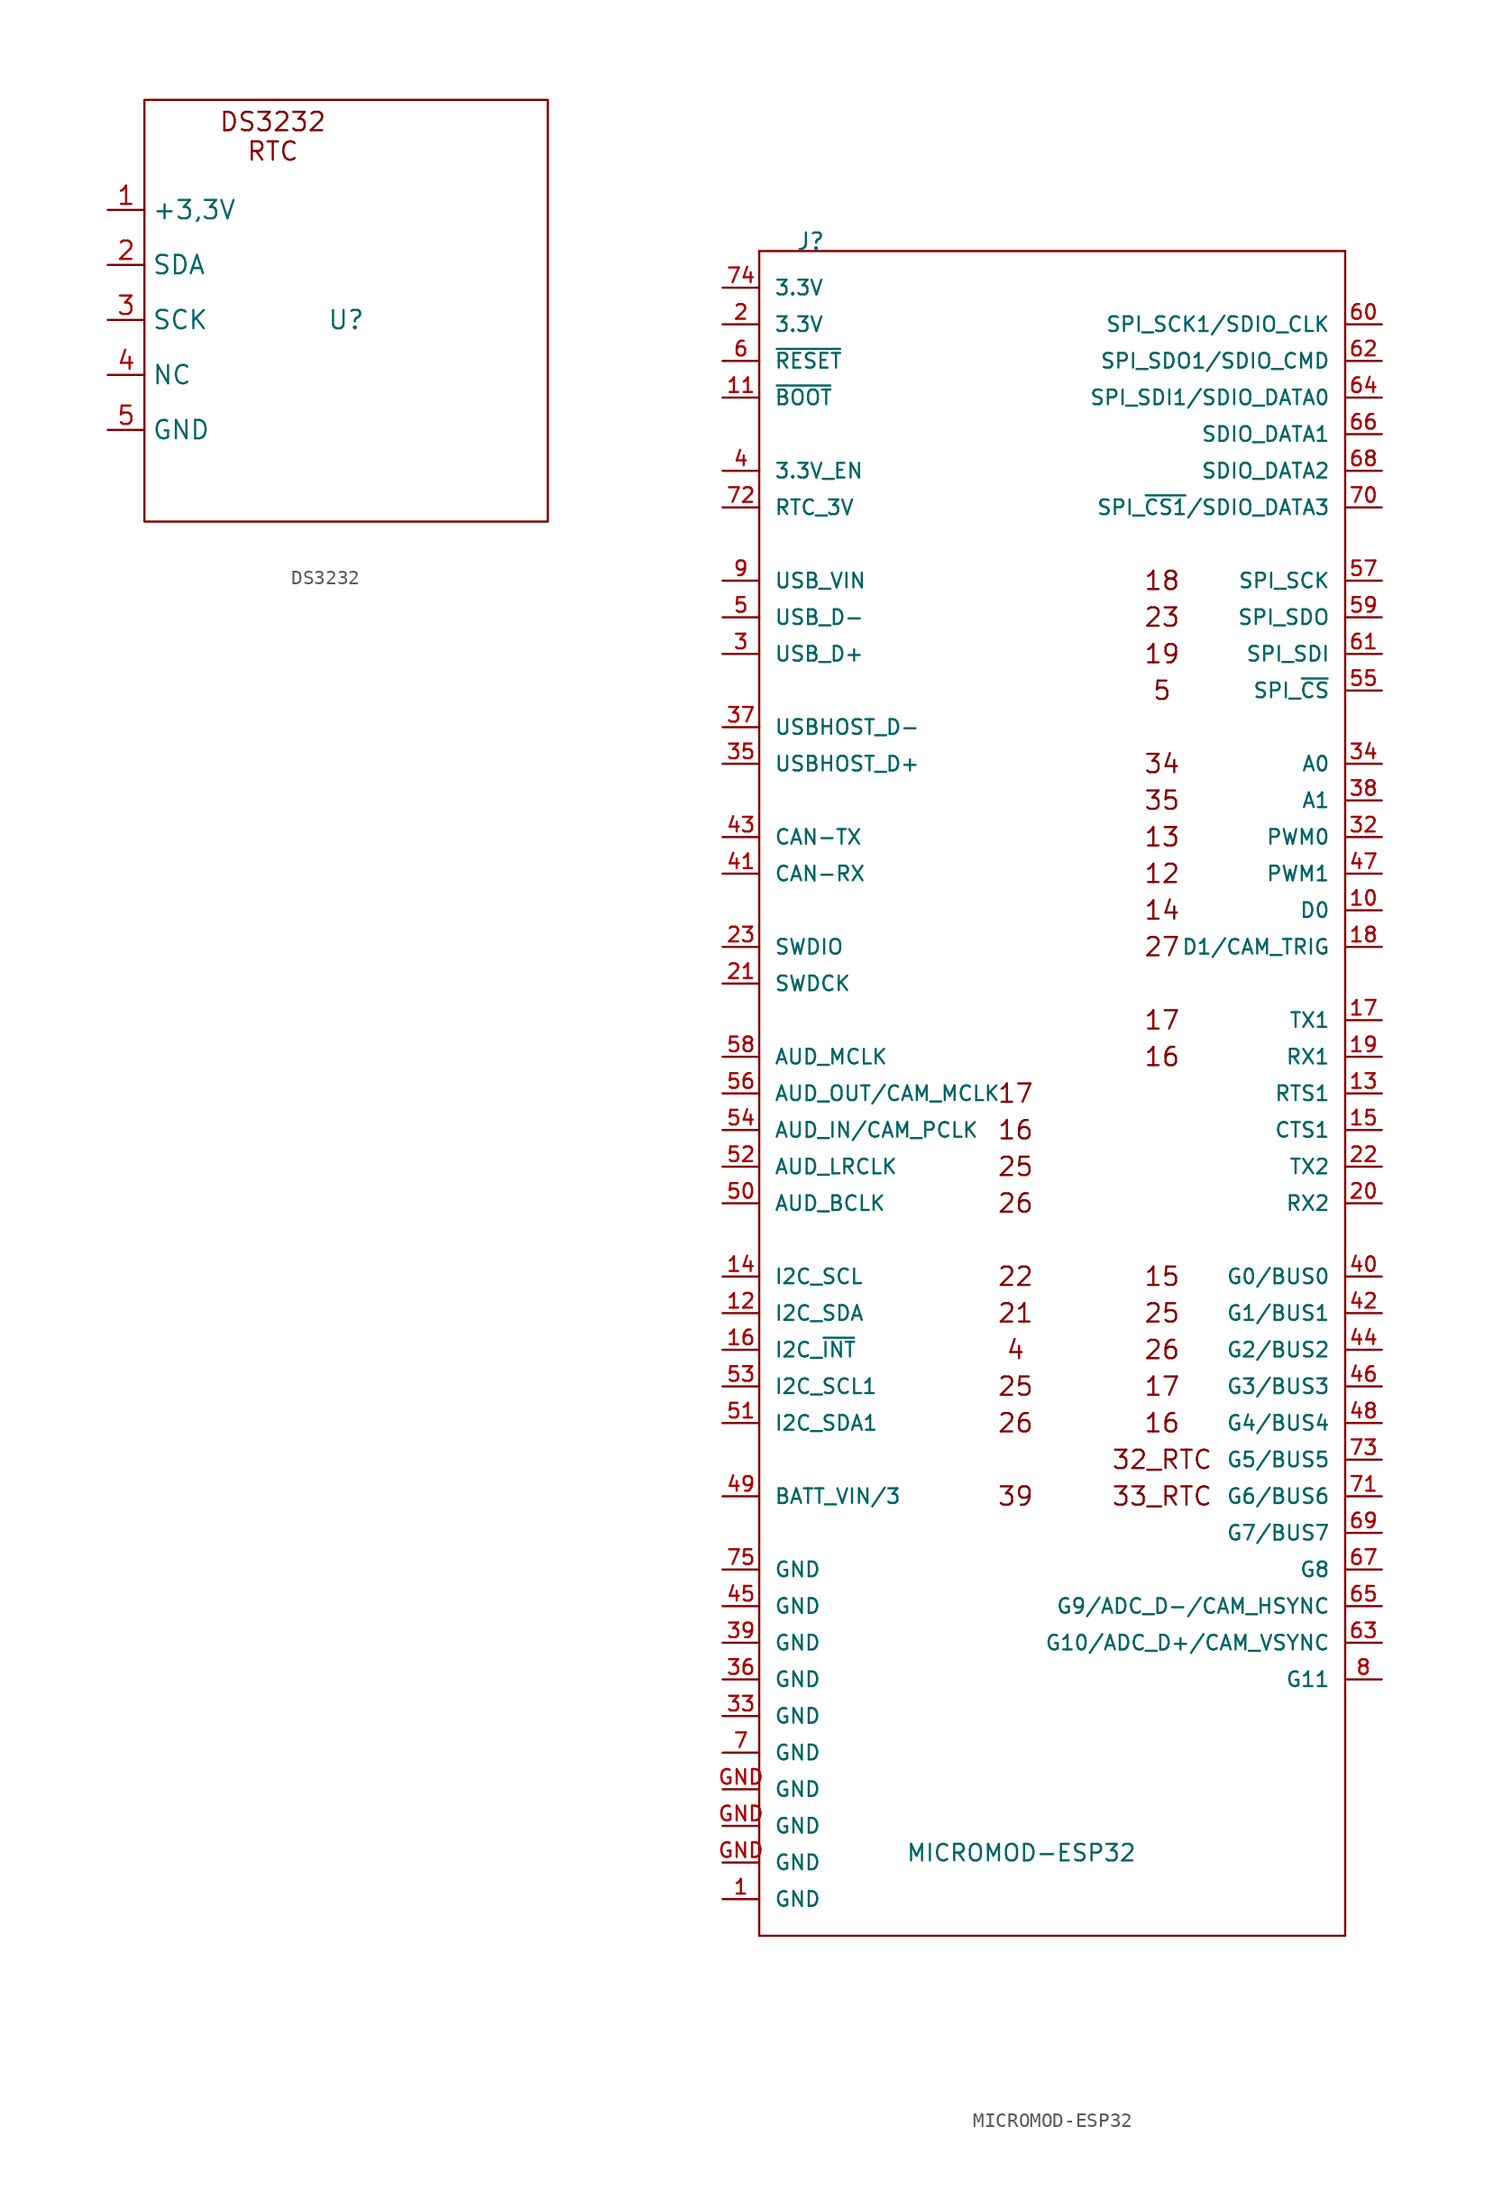
<source format=kicad_sym>
(kicad_symbol_lib
  (version 20220914)
  (generator kicad_symbol_editor)
  (symbol "DS3232"
    (property "Reference" "U"
      (at 0 0 0)
      (effects (font (size 1.27 1.27))))
    (property "Value" ""
      (at 0 0 0)
      (effects (font (size 1.27 1.27))))
    (symbol "DS3232_0_1"
      (rectangle (start -13.97 15.24) (end 13.97 -13.97) (stroke (width 0) (type default)) (fill (type none))))
    (symbol "DS3232_1_1"
      (text "DS3232\nRTC" (at -5.08 12.7 0) (effects (font (size 1.27 1.27))))
      (pin passive line (at -16.51 7.62 0) (length 2.54) (name "+3,3V" (effects (font (size 1.27 1.27)))) (number "1" (effects (font (size 1.27 1.27)))))
      (pin passive line (at -16.51 3.81 0) (length 2.54) (name "SDA" (effects (font (size 1.27 1.27)))) (number "2" (effects (font (size 1.27 1.27)))))
      (pin passive line (at -16.51 0 0) (length 2.54) (name "SCK" (effects (font (size 1.27 1.27)))) (number "3" (effects (font (size 1.27 1.27)))))
      (pin passive line (at -16.51 -3.81 0) (length 2.54) (name "NC" (effects (font (size 1.27 1.27)))) (number "4" (effects (font (size 1.27 1.27)))))
      (pin passive line (at -16.51 -7.62 0) (length 2.54) (name "GND" (effects (font (size 1.27 1.27)))) (number "5" (effects (font (size 1.27 1.27)))))))
  (symbol "MICROMOD-ESP32"
    (pin_names
      (offset 1.016))
    (property "Reference" "J"
      (at -17.78 55.88 0)
      (effects (font (size 1.143 1.143)) (justify left bottom)))
    (property "Value" "MICROMOD-ESP32"
      (at -10.16 -55.88 0)
      (effects (font (size 1.143 1.143)) (justify left bottom)))
    (property "ki_locked" ""
      (at 0 0 0)
      (effects (font (size 1.27 1.27))))
    (symbol "MICROMOD-ESP32_0_0"
      (text "12" (at 7.62 12.7 0) (effects (font (size 1.27 1.27))))
      (text "13" (at 7.62 15.24 0) (effects (font (size 1.27 1.27))))
      (text "14" (at 7.62 10.16 0) (effects (font (size 1.27 1.27))))
      (text "15" (at 7.62 -15.24 0) (effects (font (size 1.27 1.27))))
      (text "16" (at -2.54 -5.08 0) (effects (font (size 1.27 1.27))))
      (text "16" (at 7.62 -25.4 0) (effects (font (size 1.27 1.27))))
      (text "16" (at 7.62 0 0) (effects (font (size 1.27 1.27))))
      (text "17" (at -2.54 -2.54 0) (effects (font (size 1.27 1.27))))
      (text "17" (at 7.62 -22.86 0) (effects (font (size 1.27 1.27))))
      (text "17" (at 7.62 2.54 0) (effects (font (size 1.27 1.27))))
      (text "18" (at 7.62 33.02 0) (effects (font (size 1.27 1.27))))
      (text "19" (at 7.62 27.94 0) (effects (font (size 1.27 1.27))))
      (text "21" (at -2.54 -17.78 0) (effects (font (size 1.27 1.27))))
      (text "22" (at -2.54 -15.24 0) (effects (font (size 1.27 1.27))))
      (text "23" (at 7.62 30.48 0) (effects (font (size 1.27 1.27))))
      (text "25" (at -2.54 -22.86 0) (effects (font (size 1.27 1.27))))
      (text "25" (at -2.54 -7.62 0) (effects (font (size 1.27 1.27))))
      (text "25" (at 7.62 -17.78 0) (effects (font (size 1.27 1.27))))
      (text "26" (at -2.54 -25.4 0) (effects (font (size 1.27 1.27))))
      (text "26" (at -2.54 -10.16 0) (effects (font (size 1.27 1.27))))
      (text "26" (at 7.62 -20.32 0) (effects (font (size 1.27 1.27))))
      (text "27" (at 7.62 7.62 0) (effects (font (size 1.27 1.27))))
      (text "32_RTC" (at 7.62 -27.94 0) (effects (font (size 1.27 1.27))))
      (text "33_RTC" (at 7.62 -30.48 0) (effects (font (size 1.27 1.27))))
      (text "34" (at 7.62 20.32 0) (effects (font (size 1.27 1.27))))
      (text "35" (at 7.62 17.78 0) (effects (font (size 1.27 1.27))))
      (text "39" (at -2.54 -30.48 0) (effects (font (size 1.27 1.27))))
      (text "4" (at -2.54 -20.32 0) (effects (font (size 1.27 1.27))))
      (text "5" (at 7.62 25.4 0) (effects (font (size 1.27 1.27)))))
    (symbol "MICROMOD-ESP32_1_0"
      (polyline (pts (xy -20.32 -60.96) (xy -20.32 55.88)) (stroke (width 0) (type default)) (fill (type none)))
      (polyline (pts (xy -20.32 55.88) (xy 20.32 55.88)) (stroke (width 0) (type default)) (fill (type none)))
      (polyline (pts (xy 20.32 -60.96) (xy -20.32 -60.96)) (stroke (width 0) (type default)) (fill (type none)))
      (polyline (pts (xy 20.32 55.88) (xy 20.32 -60.96)) (stroke (width 0) (type default)) (fill (type none))))
    (symbol "MICROMOD-ESP32_1_1"
      (pin bidirectional line (at -22.86 -58.42 0) (length 2.54) (name "GND" (effects (font (size 1.016 1.016)))) (number "1" (effects (font (size 1.016 1.016)))))
      (pin bidirectional line (at 22.86 10.16 180) (length 2.54) (name "D0" (effects (font (size 1.016 1.016)))) (number "10" (effects (font (size 1.016 1.016)))))
      (pin bidirectional line (at -22.86 45.72 0) (length 2.54) (name "~{BOOT}" (effects (font (size 1.016 1.016)))) (number "11" (effects (font (size 1.016 1.016)))))
      (pin bidirectional line (at -22.86 -17.78 0) (length 2.54) (name "I2C_SDA" (effects (font (size 1.016 1.016)))) (number "12" (effects (font (size 1.016 1.016)))))
      (pin bidirectional line (at 22.86 -2.54 180) (length 2.54) (name "RTS1" (effects (font (size 1.016 1.016)))) (number "13" (effects (font (size 1.016 1.016)))))
      (pin bidirectional line (at -22.86 -15.24 0) (length 2.54) (name "I2C_SCL" (effects (font (size 1.016 1.016)))) (number "14" (effects (font (size 1.016 1.016)))))
      (pin bidirectional line (at 22.86 -5.08 180) (length 2.54) (name "CTS1" (effects (font (size 1.016 1.016)))) (number "15" (effects (font (size 1.016 1.016)))))
      (pin bidirectional line (at -22.86 -20.32 0) (length 2.54) (name "I2C_~{INT}" (effects (font (size 1.016 1.016)))) (number "16" (effects (font (size 1.016 1.016)))))
      (pin bidirectional line (at 22.86 2.54 180) (length 2.54) (name "TX1" (effects (font (size 1.016 1.016)))) (number "17" (effects (font (size 1.016 1.016)))))
      (pin bidirectional line (at 22.86 7.62 180) (length 2.54) (name "D1/CAM_TRIG" (effects (font (size 1.016 1.016)))) (number "18" (effects (font (size 1.016 1.016)))))
      (pin bidirectional line (at 22.86 0 180) (length 2.54) (name "RX1" (effects (font (size 1.016 1.016)))) (number "19" (effects (font (size 1.016 1.016)))))
      (pin bidirectional line (at -22.86 50.8 0) (length 2.54) (name "3.3V" (effects (font (size 1.016 1.016)))) (number "2" (effects (font (size 1.016 1.016)))))
      (pin bidirectional line (at 22.86 -10.16 180) (length 2.54) (name "RX2" (effects (font (size 1.016 1.016)))) (number "20" (effects (font (size 1.016 1.016)))))
      (pin bidirectional line (at -22.86 5.08 0) (length 2.54) (name "SWDCK" (effects (font (size 1.016 1.016)))) (number "21" (effects (font (size 1.016 1.016)))))
      (pin bidirectional line (at 22.86 -7.62 180) (length 2.54) (name "TX2" (effects (font (size 1.016 1.016)))) (number "22" (effects (font (size 1.016 1.016)))))
      (pin bidirectional line (at -22.86 7.62 0) (length 2.54) (name "SWDIO" (effects (font (size 1.016 1.016)))) (number "23" (effects (font (size 1.016 1.016)))))
      (pin bidirectional line (at -22.86 27.94 0) (length 2.54) (name "USB_D+" (effects (font (size 1.016 1.016)))) (number "3" (effects (font (size 1.016 1.016)))))
      (pin bidirectional line (at 22.86 15.24 180) (length 2.54) (name "PWM0" (effects (font (size 1.016 1.016)))) (number "32" (effects (font (size 1.016 1.016)))))
      (pin bidirectional line (at -22.86 -45.72 0) (length 2.54) (name "GND" (effects (font (size 1.016 1.016)))) (number "33" (effects (font (size 1.016 1.016)))))
      (pin bidirectional line (at 22.86 20.32 180) (length 2.54) (name "A0" (effects (font (size 1.016 1.016)))) (number "34" (effects (font (size 1.016 1.016)))))
      (pin bidirectional line (at -22.86 20.32 0) (length 2.54) (name "USBHOST_D+" (effects (font (size 1.016 1.016)))) (number "35" (effects (font (size 1.016 1.016)))))
      (pin bidirectional line (at -22.86 -43.18 0) (length 2.54) (name "GND" (effects (font (size 1.016 1.016)))) (number "36" (effects (font (size 1.016 1.016)))))
      (pin bidirectional line (at -22.86 22.86 0) (length 2.54) (name "USBHOST_D-" (effects (font (size 1.016 1.016)))) (number "37" (effects (font (size 1.016 1.016)))))
      (pin bidirectional line (at 22.86 17.78 180) (length 2.54) (name "A1" (effects (font (size 1.016 1.016)))) (number "38" (effects (font (size 1.016 1.016)))))
      (pin bidirectional line (at -22.86 -40.64 0) (length 2.54) (name "GND" (effects (font (size 1.016 1.016)))) (number "39" (effects (font (size 1.016 1.016)))))
      (pin bidirectional line (at -22.86 40.64 0) (length 2.54) (name "3.3V_EN" (effects (font (size 1.016 1.016)))) (number "4" (effects (font (size 1.016 1.016)))))
      (pin bidirectional line (at 22.86 -15.24 180) (length 2.54) (name "G0/BUS0" (effects (font (size 1.016 1.016)))) (number "40" (effects (font (size 1.016 1.016)))))
      (pin bidirectional line (at -22.86 12.7 0) (length 2.54) (name "CAN-RX" (effects (font (size 1.016 1.016)))) (number "41" (effects (font (size 1.016 1.016)))))
      (pin bidirectional line (at 22.86 -17.78 180) (length 2.54) (name "G1/BUS1" (effects (font (size 1.016 1.016)))) (number "42" (effects (font (size 1.016 1.016)))))
      (pin bidirectional line (at -22.86 15.24 0) (length 2.54) (name "CAN-TX" (effects (font (size 1.016 1.016)))) (number "43" (effects (font (size 1.016 1.016)))))
      (pin bidirectional line (at 22.86 -20.32 180) (length 2.54) (name "G2/BUS2" (effects (font (size 1.016 1.016)))) (number "44" (effects (font (size 1.016 1.016)))))
      (pin bidirectional line (at -22.86 -38.1 0) (length 2.54) (name "GND" (effects (font (size 1.016 1.016)))) (number "45" (effects (font (size 1.016 1.016)))))
      (pin bidirectional line (at 22.86 -22.86 180) (length 2.54) (name "G3/BUS3" (effects (font (size 1.016 1.016)))) (number "46" (effects (font (size 1.016 1.016)))))
      (pin bidirectional line (at 22.86 12.7 180) (length 2.54) (name "PWM1" (effects (font (size 1.016 1.016)))) (number "47" (effects (font (size 1.016 1.016)))))
      (pin bidirectional line (at 22.86 -25.4 180) (length 2.54) (name "G4/BUS4" (effects (font (size 1.016 1.016)))) (number "48" (effects (font (size 1.016 1.016)))))
      (pin bidirectional line (at -22.86 -30.48 0) (length 2.54) (name "BATT_VIN/3" (effects (font (size 1.016 1.016)))) (number "49" (effects (font (size 1.016 1.016)))))
      (pin bidirectional line (at -22.86 30.48 0) (length 2.54) (name "USB_D-" (effects (font (size 1.016 1.016)))) (number "5" (effects (font (size 1.016 1.016)))))
      (pin bidirectional line (at -22.86 -10.16 0) (length 2.54) (name "AUD_BCLK" (effects (font (size 1.016 1.016)))) (number "50" (effects (font (size 1.016 1.016)))))
      (pin bidirectional line (at -22.86 -25.4 0) (length 2.54) (name "I2C_SDA1" (effects (font (size 1.016 1.016)))) (number "51" (effects (font (size 1.016 1.016)))))
      (pin bidirectional line (at -22.86 -7.62 0) (length 2.54) (name "AUD_LRCLK" (effects (font (size 1.016 1.016)))) (number "52" (effects (font (size 1.016 1.016)))))
      (pin bidirectional line (at -22.86 -22.86 0) (length 2.54) (name "I2C_SCL1" (effects (font (size 1.016 1.016)))) (number "53" (effects (font (size 1.016 1.016)))))
      (pin bidirectional line (at -22.86 -5.08 0) (length 2.54) (name "AUD_IN/CAM_PCLK" (effects (font (size 1.016 1.016)))) (number "54" (effects (font (size 1.016 1.016)))))
      (pin bidirectional line (at 22.86 25.4 180) (length 2.54) (name "SPI_~{CS}" (effects (font (size 1.016 1.016)))) (number "55" (effects (font (size 1.016 1.016)))))
      (pin bidirectional line (at -22.86 -2.54 0) (length 2.54) (name "AUD_OUT/CAM_MCLK" (effects (font (size 1.016 1.016)))) (number "56" (effects (font (size 1.016 1.016)))))
      (pin bidirectional line (at 22.86 33.02 180) (length 2.54) (name "SPI_SCK" (effects (font (size 1.016 1.016)))) (number "57" (effects (font (size 1.016 1.016)))))
      (pin bidirectional line (at -22.86 0 0) (length 2.54) (name "AUD_MCLK" (effects (font (size 1.016 1.016)))) (number "58" (effects (font (size 1.016 1.016)))))
      (pin bidirectional line (at 22.86 30.48 180) (length 2.54) (name "SPI_SDO" (effects (font (size 1.016 1.016)))) (number "59" (effects (font (size 1.016 1.016)))))
      (pin bidirectional line (at -22.86 48.26 0) (length 2.54) (name "~{RESET}" (effects (font (size 1.016 1.016)))) (number "6" (effects (font (size 1.016 1.016)))))
      (pin bidirectional line (at 22.86 50.8 180) (length 2.54) (name "SPI_SCK1/SDIO_CLK" (effects (font (size 1.016 1.016)))) (number "60" (effects (font (size 1.016 1.016)))))
      (pin bidirectional line (at 22.86 27.94 180) (length 2.54) (name "SPI_SDI" (effects (font (size 1.016 1.016)))) (number "61" (effects (font (size 1.016 1.016)))))
      (pin bidirectional line (at 22.86 48.26 180) (length 2.54) (name "SPI_SDO1/SDIO_CMD" (effects (font (size 1.016 1.016)))) (number "62" (effects (font (size 1.016 1.016)))))
      (pin bidirectional line (at 22.86 -40.64 180) (length 2.54) (name "G10/ADC_D+/CAM_VSYNC" (effects (font (size 1.016 1.016)))) (number "63" (effects (font (size 1.016 1.016)))))
      (pin bidirectional line (at 22.86 45.72 180) (length 2.54) (name "SPI_SDI1/SDIO_DATA0" (effects (font (size 1.016 1.016)))) (number "64" (effects (font (size 1.016 1.016)))))
      (pin bidirectional line (at 22.86 -38.1 180) (length 2.54) (name "G9/ADC_D-/CAM_HSYNC" (effects (font (size 1.016 1.016)))) (number "65" (effects (font (size 1.016 1.016)))))
      (pin bidirectional line (at 22.86 43.18 180) (length 2.54) (name "SDIO_DATA1" (effects (font (size 1.016 1.016)))) (number "66" (effects (font (size 1.016 1.016)))))
      (pin bidirectional line (at 22.86 -35.56 180) (length 2.54) (name "G8" (effects (font (size 1.016 1.016)))) (number "67" (effects (font (size 1.016 1.016)))))
      (pin bidirectional line (at 22.86 40.64 180) (length 2.54) (name "SDIO_DATA2" (effects (font (size 1.016 1.016)))) (number "68" (effects (font (size 1.016 1.016)))))
      (pin bidirectional line (at 22.86 -33.02 180) (length 2.54) (name "G7/BUS7" (effects (font (size 1.016 1.016)))) (number "69" (effects (font (size 1.016 1.016)))))
      (pin bidirectional line (at -22.86 -48.26 0) (length 2.54) (name "GND" (effects (font (size 1.016 1.016)))) (number "7" (effects (font (size 1.016 1.016)))))
      (pin bidirectional line (at 22.86 38.1 180) (length 2.54) (name "SPI_~{CS1}/SDIO_DATA3" (effects (font (size 1.016 1.016)))) (number "70" (effects (font (size 1.016 1.016)))))
      (pin bidirectional line (at 22.86 -30.48 180) (length 2.54) (name "G6/BUS6" (effects (font (size 1.016 1.016)))) (number "71" (effects (font (size 1.016 1.016)))))
      (pin bidirectional line (at -22.86 38.1 0) (length 2.54) (name "RTC_3V" (effects (font (size 1.016 1.016)))) (number "72" (effects (font (size 1.016 1.016)))))
      (pin bidirectional line (at 22.86 -27.94 180) (length 2.54) (name "G5/BUS5" (effects (font (size 1.016 1.016)))) (number "73" (effects (font (size 1.016 1.016)))))
      (pin bidirectional line (at -22.86 53.34 0) (length 2.54) (name "3.3V" (effects (font (size 1.016 1.016)))) (number "74" (effects (font (size 1.016 1.016)))))
      (pin bidirectional line (at -22.86 -35.56 0) (length 2.54) (name "GND" (effects (font (size 1.016 1.016)))) (number "75" (effects (font (size 1.016 1.016)))))
      (pin bidirectional line (at 22.86 -43.18 180) (length 2.54) (name "G11" (effects (font (size 1.016 1.016)))) (number "8" (effects (font (size 1.016 1.016)))))
      (pin bidirectional line (at -22.86 33.02 0) (length 2.54) (name "USB_VIN" (effects (font (size 1.016 1.016)))) (number "9" (effects (font (size 1.016 1.016)))))
      (pin bidirectional line (at -22.86 -55.88 0) (length 2.54) (name "GND" (effects (font (size 1.016 1.016)))) (number "GND" (effects (font (size 1.016 1.016)))))
      (pin bidirectional line (at -22.86 -53.34 0) (length 2.54) (name "GND" (effects (font (size 1.016 1.016)))) (number "GND" (effects (font (size 1.016 1.016)))))
      (pin bidirectional line (at -22.86 -50.8 0) (length 2.54) (name "GND" (effects (font (size 1.016 1.016)))) (number "GND" (effects (font (size 1.016 1.016))))))))
</source>
